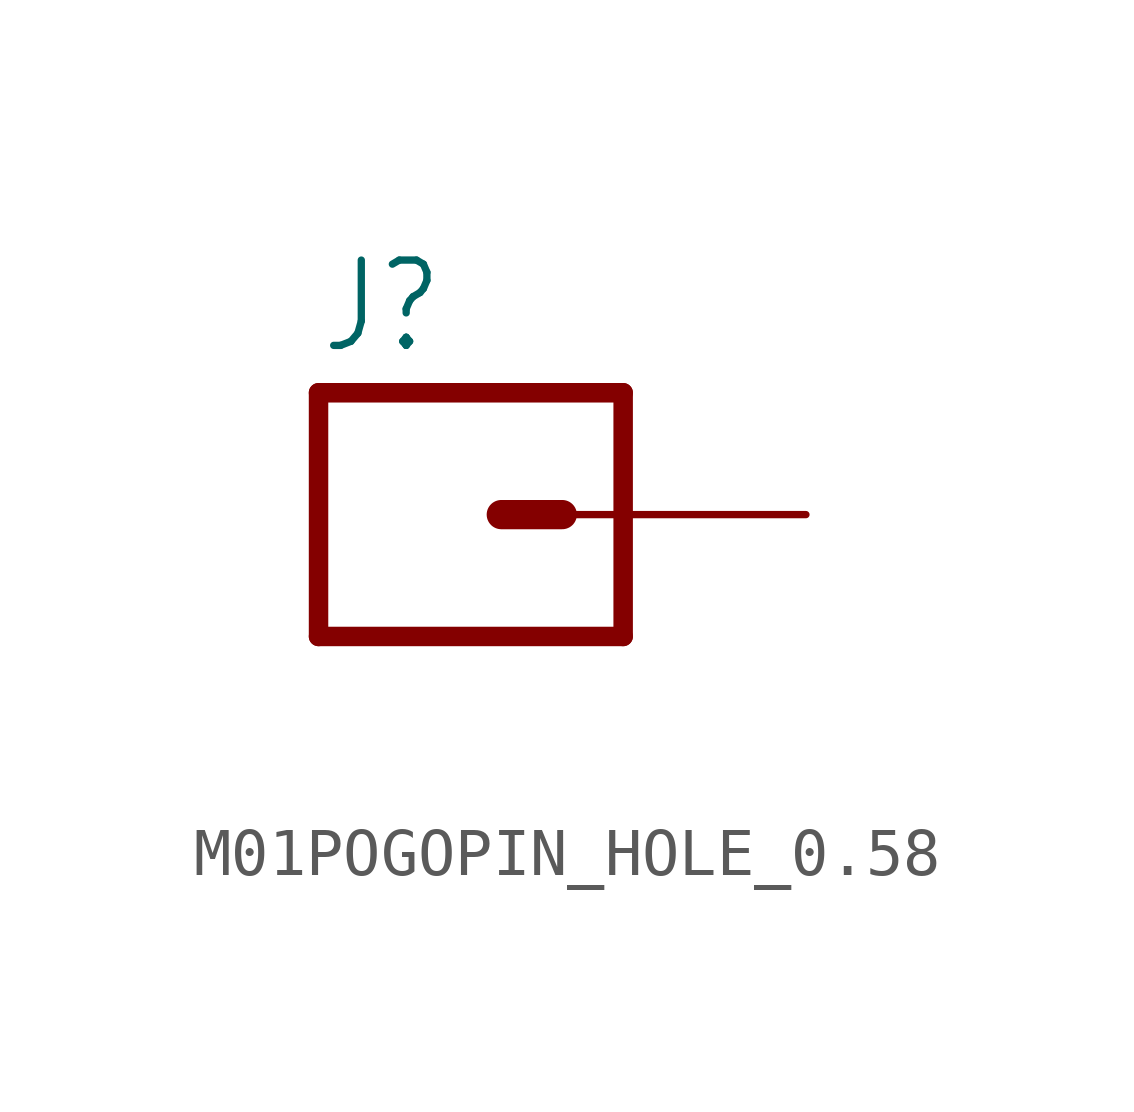
<source format=kicad_sym>
(kicad_symbol_lib
  (version 20231120)
  (generator "kicad_symbol_editor")
  (generator_version "8.0")
  (symbol "M01POGOPIN_HOLE_0.58"
    (property "Reference" "J"
      (at -2.54 3.302 0)
      (effects (font (size 1.778 1.511)) (justify left bottom)))
    (property "Value" ""
      (at -2.54 -5.08 0)
      (effects (font (size 1.778 1.511)) (justify left bottom)))
    (property "ki_locked" ""
      (at 0 0 0)
      (effects (font (size 1.27 1.27))))
    (symbol "M01POGOPIN_HOLE_0.58_1_0"
      (polyline (pts (xy -2.54 2.54) (xy -2.54 -2.54)) (stroke (width 0.406) (type solid)) (fill (type none)))
      (polyline (pts (xy -2.54 2.54) (xy 3.81 2.54)) (stroke (width 0.406) (type solid)) (fill (type none)))
      (polyline (pts (xy 1.27 0) (xy 2.54 0)) (stroke (width 0.61) (type solid)) (fill (type none)))
      (polyline (pts (xy 3.81 -2.54) (xy -2.54 -2.54)) (stroke (width 0.406) (type solid)) (fill (type none)))
      (polyline (pts (xy 3.81 -2.54) (xy 3.81 2.54)) (stroke (width 0.406) (type solid)) (fill (type none)))
      (pin passive line (at 7.62 0 180) (length 5.08) (name "1" (effects (font (size 0 0)))) (number "1" (effects (font (size 0 0))))))))
</source>
